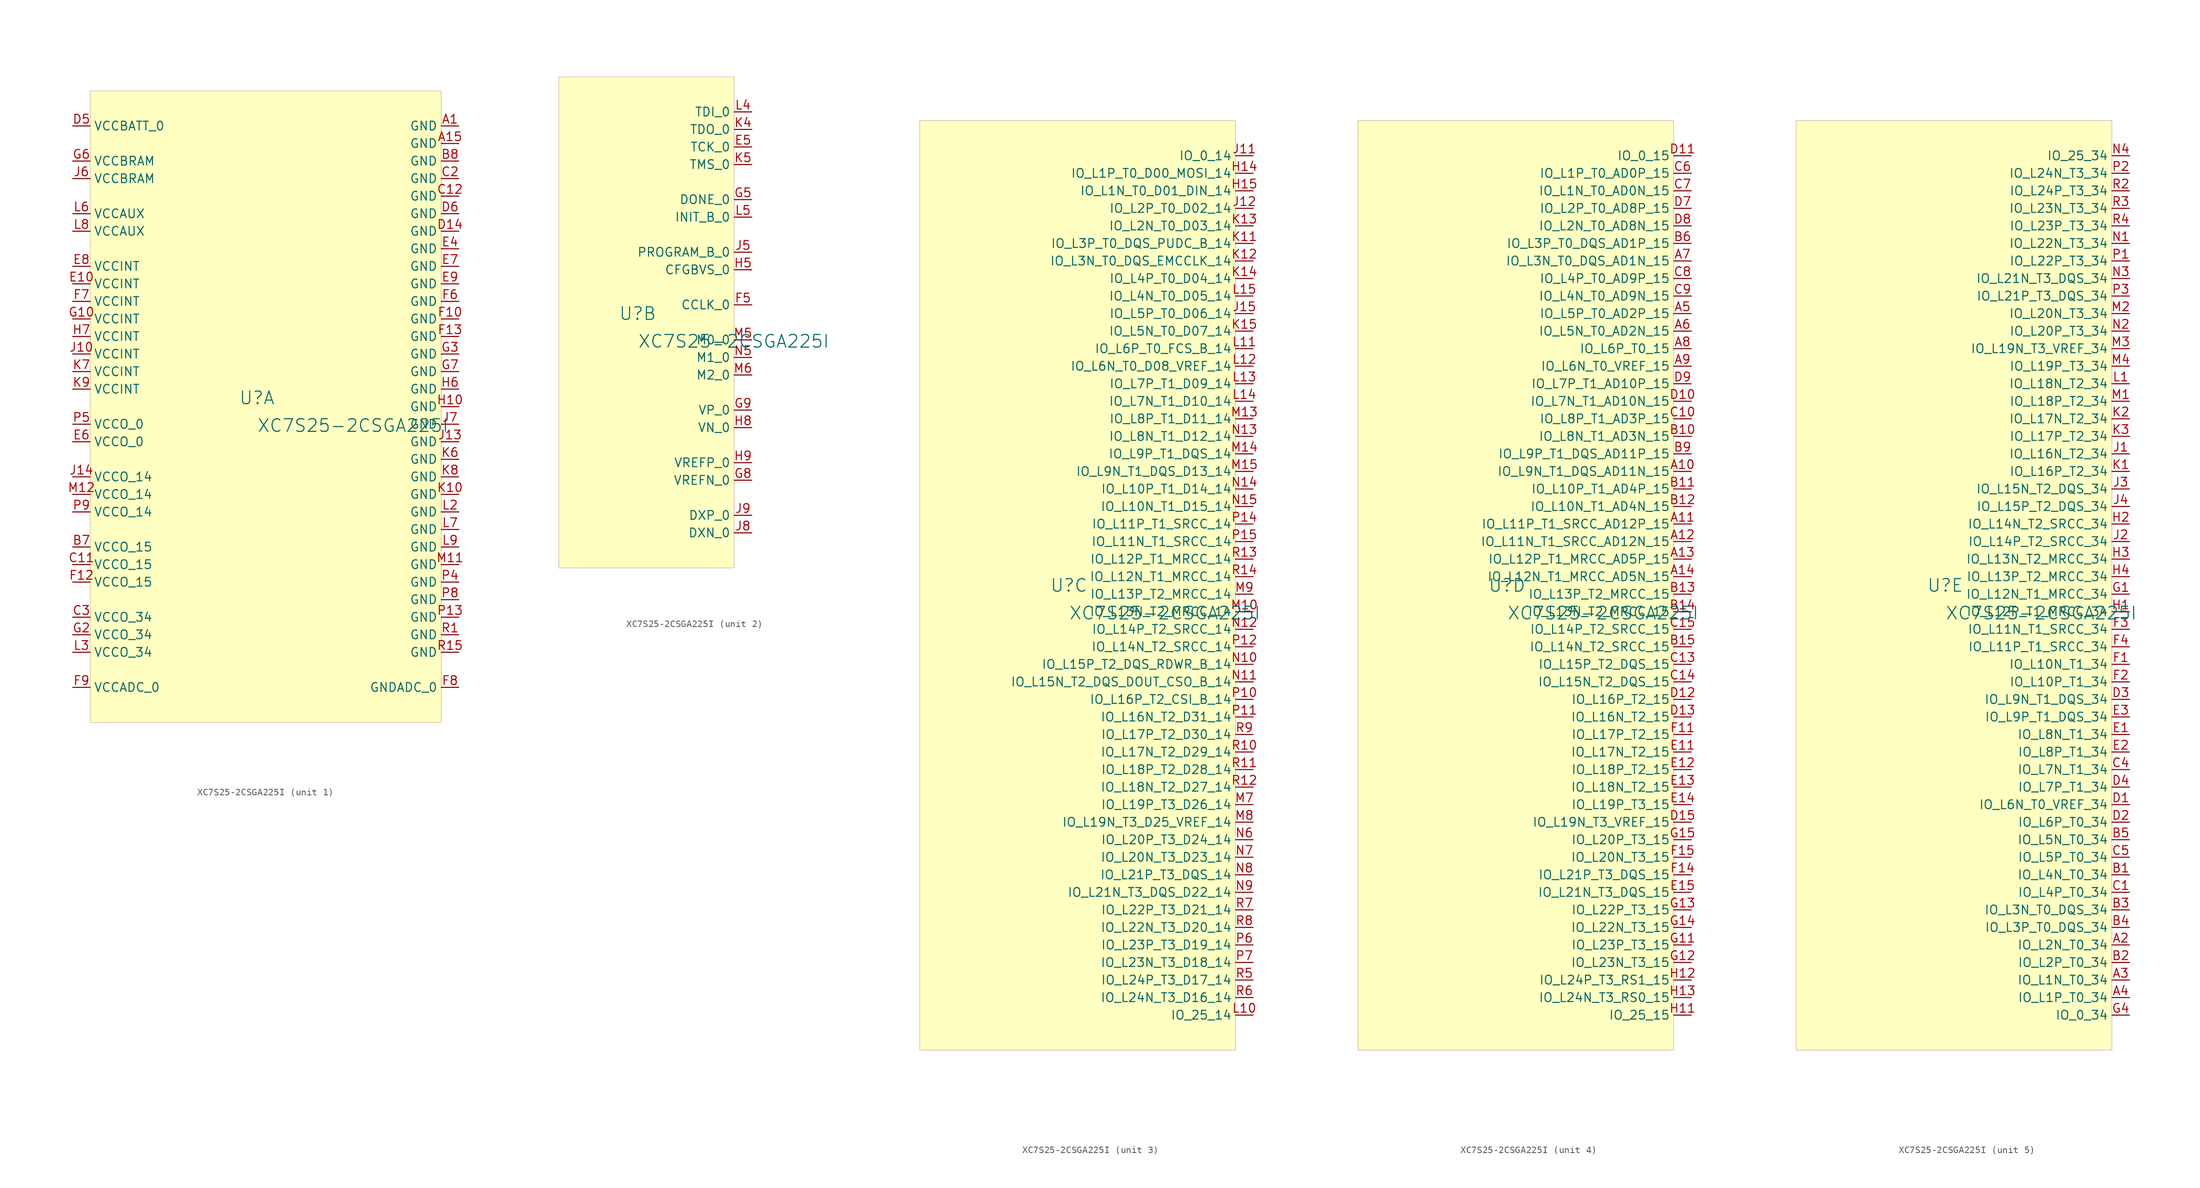
<source format=kicad_sym>
(kicad_symbol_lib
  (version 20231120)
  (generator "kicad_symbol_editor")
  (generator_version "8.0")
  (symbol "XC7S25-2CSGA225I"
    (property "Reference" "U"
      (at -1.27 1.27 0)
      (effects (font (size 1.829 1.829))))
    (property "Value" "XC7S25-2CSGA225I"
      (at -1.27 -3.81 0)
      (effects (font (size 1.829 1.829)) (justify left bottom)))
    (symbol "XC7S25-2CSGA225I_1_0"
      (rectangle (start 25.4 45.72) (end -25.4 -45.72) (stroke (width 0.025) (type solid) (color 128 0 0 1)) (fill (type background)))
      (pin power_in line (at 27.94 40.64 180) (length 2.54) (name "GND" (effects (font (size 1.27 1.27)))) (number "A1" (effects (font (size 1.27 1.27)))))
      (pin power_in line (at 27.94 38.1 180) (length 2.54) (name "GND" (effects (font (size 1.27 1.27)))) (number "A15" (effects (font (size 1.27 1.27)))))
      (pin power_in line (at -27.94 -20.32 0) (length 2.54) (name "VCCO_15" (effects (font (size 1.27 1.27)))) (number "B7" (effects (font (size 1.27 1.27)))))
      (pin power_in line (at 27.94 35.56 180) (length 2.54) (name "GND" (effects (font (size 1.27 1.27)))) (number "B8" (effects (font (size 1.27 1.27)))))
      (pin power_in line (at -27.94 -22.86 0) (length 2.54) (name "VCCO_15" (effects (font (size 1.27 1.27)))) (number "C11" (effects (font (size 1.27 1.27)))))
      (pin power_in line (at 27.94 30.48 180) (length 2.54) (name "GND" (effects (font (size 1.27 1.27)))) (number "C12" (effects (font (size 1.27 1.27)))))
      (pin power_in line (at 27.94 33.02 180) (length 2.54) (name "GND" (effects (font (size 1.27 1.27)))) (number "C2" (effects (font (size 1.27 1.27)))))
      (pin power_in line (at -27.94 -30.48 0) (length 2.54) (name "VCCO_34" (effects (font (size 1.27 1.27)))) (number "C3" (effects (font (size 1.27 1.27)))))
      (pin power_in line (at 27.94 25.4 180) (length 2.54) (name "GND" (effects (font (size 1.27 1.27)))) (number "D14" (effects (font (size 1.27 1.27)))))
      (pin power_in line (at -27.94 40.64 0) (length 2.54) (name "VCCBATT_0" (effects (font (size 1.27 1.27)))) (number "D5" (effects (font (size 1.27 1.27)))))
      (pin power_in line (at 27.94 27.94 180) (length 2.54) (name "GND" (effects (font (size 1.27 1.27)))) (number "D6" (effects (font (size 1.27 1.27)))))
      (pin power_in line (at -27.94 17.78 0) (length 2.54) (name "VCCINT" (effects (font (size 1.27 1.27)))) (number "E10" (effects (font (size 1.27 1.27)))))
      (pin power_in line (at 27.94 22.86 180) (length 2.54) (name "GND" (effects (font (size 1.27 1.27)))) (number "E4" (effects (font (size 1.27 1.27)))))
      (pin power_in line (at -27.94 -5.08 0) (length 2.54) (name "VCCO_0" (effects (font (size 1.27 1.27)))) (number "E6" (effects (font (size 1.27 1.27)))))
      (pin power_in line (at 27.94 20.32 180) (length 2.54) (name "GND" (effects (font (size 1.27 1.27)))) (number "E7" (effects (font (size 1.27 1.27)))))
      (pin power_in line (at -27.94 20.32 0) (length 2.54) (name "VCCINT" (effects (font (size 1.27 1.27)))) (number "E8" (effects (font (size 1.27 1.27)))))
      (pin power_in line (at 27.94 17.78 180) (length 2.54) (name "GND" (effects (font (size 1.27 1.27)))) (number "E9" (effects (font (size 1.27 1.27)))))
      (pin power_in line (at 27.94 12.7 180) (length 2.54) (name "GND" (effects (font (size 1.27 1.27)))) (number "F10" (effects (font (size 1.27 1.27)))))
      (pin power_in line (at -27.94 -25.4 0) (length 2.54) (name "VCCO_15" (effects (font (size 1.27 1.27)))) (number "F12" (effects (font (size 1.27 1.27)))))
      (pin power_in line (at 27.94 10.16 180) (length 2.54) (name "GND" (effects (font (size 1.27 1.27)))) (number "F13" (effects (font (size 1.27 1.27)))))
      (pin power_in line (at 27.94 15.24 180) (length 2.54) (name "GND" (effects (font (size 1.27 1.27)))) (number "F6" (effects (font (size 1.27 1.27)))))
      (pin power_in line (at -27.94 15.24 0) (length 2.54) (name "VCCINT" (effects (font (size 1.27 1.27)))) (number "F7" (effects (font (size 1.27 1.27)))))
      (pin power_in line (at 27.94 -40.64 180) (length 2.54) (name "GNDADC_0" (effects (font (size 1.27 1.27)))) (number "F8" (effects (font (size 1.27 1.27)))))
      (pin power_in line (at -27.94 -40.64 0) (length 2.54) (name "VCCADC_0" (effects (font (size 1.27 1.27)))) (number "F9" (effects (font (size 1.27 1.27)))))
      (pin power_in line (at -27.94 12.7 0) (length 2.54) (name "VCCINT" (effects (font (size 1.27 1.27)))) (number "G10" (effects (font (size 1.27 1.27)))))
      (pin power_in line (at -27.94 -33.02 0) (length 2.54) (name "VCCO_34" (effects (font (size 1.27 1.27)))) (number "G2" (effects (font (size 1.27 1.27)))))
      (pin power_in line (at 27.94 7.62 180) (length 2.54) (name "GND" (effects (font (size 1.27 1.27)))) (number "G3" (effects (font (size 1.27 1.27)))))
      (pin power_in line (at -27.94 35.56 0) (length 2.54) (name "VCCBRAM" (effects (font (size 1.27 1.27)))) (number "G6" (effects (font (size 1.27 1.27)))))
      (pin power_in line (at 27.94 5.08 180) (length 2.54) (name "GND" (effects (font (size 1.27 1.27)))) (number "G7" (effects (font (size 1.27 1.27)))))
      (pin power_in line (at 27.94 0 180) (length 2.54) (name "GND" (effects (font (size 1.27 1.27)))) (number "H10" (effects (font (size 1.27 1.27)))))
      (pin power_in line (at 27.94 2.54 180) (length 2.54) (name "GND" (effects (font (size 1.27 1.27)))) (number "H6" (effects (font (size 1.27 1.27)))))
      (pin power_in line (at -27.94 10.16 0) (length 2.54) (name "VCCINT" (effects (font (size 1.27 1.27)))) (number "H7" (effects (font (size 1.27 1.27)))))
      (pin power_in line (at -27.94 7.62 0) (length 2.54) (name "VCCINT" (effects (font (size 1.27 1.27)))) (number "J10" (effects (font (size 1.27 1.27)))))
      (pin power_in line (at 27.94 -5.08 180) (length 2.54) (name "GND" (effects (font (size 1.27 1.27)))) (number "J13" (effects (font (size 1.27 1.27)))))
      (pin power_in line (at -27.94 -10.16 0) (length 2.54) (name "VCCO_14" (effects (font (size 1.27 1.27)))) (number "J14" (effects (font (size 1.27 1.27)))))
      (pin power_in line (at -27.94 33.02 0) (length 2.54) (name "VCCBRAM" (effects (font (size 1.27 1.27)))) (number "J6" (effects (font (size 1.27 1.27)))))
      (pin power_in line (at 27.94 -2.54 180) (length 2.54) (name "GND" (effects (font (size 1.27 1.27)))) (number "J7" (effects (font (size 1.27 1.27)))))
      (pin power_in line (at 27.94 -12.7 180) (length 2.54) (name "GND" (effects (font (size 1.27 1.27)))) (number "K10" (effects (font (size 1.27 1.27)))))
      (pin power_in line (at 27.94 -7.62 180) (length 2.54) (name "GND" (effects (font (size 1.27 1.27)))) (number "K6" (effects (font (size 1.27 1.27)))))
      (pin power_in line (at -27.94 5.08 0) (length 2.54) (name "VCCINT" (effects (font (size 1.27 1.27)))) (number "K7" (effects (font (size 1.27 1.27)))))
      (pin power_in line (at 27.94 -10.16 180) (length 2.54) (name "GND" (effects (font (size 1.27 1.27)))) (number "K8" (effects (font (size 1.27 1.27)))))
      (pin power_in line (at -27.94 2.54 0) (length 2.54) (name "VCCINT" (effects (font (size 1.27 1.27)))) (number "K9" (effects (font (size 1.27 1.27)))))
      (pin power_in line (at 27.94 -15.24 180) (length 2.54) (name "GND" (effects (font (size 1.27 1.27)))) (number "L2" (effects (font (size 1.27 1.27)))))
      (pin power_in line (at -27.94 -35.56 0) (length 2.54) (name "VCCO_34" (effects (font (size 1.27 1.27)))) (number "L3" (effects (font (size 1.27 1.27)))))
      (pin power_in line (at -27.94 27.94 0) (length 2.54) (name "VCCAUX" (effects (font (size 1.27 1.27)))) (number "L6" (effects (font (size 1.27 1.27)))))
      (pin power_in line (at 27.94 -17.78 180) (length 2.54) (name "GND" (effects (font (size 1.27 1.27)))) (number "L7" (effects (font (size 1.27 1.27)))))
      (pin power_in line (at -27.94 25.4 0) (length 2.54) (name "VCCAUX" (effects (font (size 1.27 1.27)))) (number "L8" (effects (font (size 1.27 1.27)))))
      (pin power_in line (at 27.94 -20.32 180) (length 2.54) (name "GND" (effects (font (size 1.27 1.27)))) (number "L9" (effects (font (size 1.27 1.27)))))
      (pin power_in line (at 27.94 -22.86 180) (length 2.54) (name "GND" (effects (font (size 1.27 1.27)))) (number "M11" (effects (font (size 1.27 1.27)))))
      (pin power_in line (at -27.94 -12.7 0) (length 2.54) (name "VCCO_14" (effects (font (size 1.27 1.27)))) (number "M12" (effects (font (size 1.27 1.27)))))
      (pin power_in line (at 27.94 -30.48 180) (length 2.54) (name "GND" (effects (font (size 1.27 1.27)))) (number "P13" (effects (font (size 1.27 1.27)))))
      (pin power_in line (at 27.94 -25.4 180) (length 2.54) (name "GND" (effects (font (size 1.27 1.27)))) (number "P4" (effects (font (size 1.27 1.27)))))
      (pin power_in line (at -27.94 -2.54 0) (length 2.54) (name "VCCO_0" (effects (font (size 1.27 1.27)))) (number "P5" (effects (font (size 1.27 1.27)))))
      (pin power_in line (at 27.94 -27.94 180) (length 2.54) (name "GND" (effects (font (size 1.27 1.27)))) (number "P8" (effects (font (size 1.27 1.27)))))
      (pin power_in line (at -27.94 -15.24 0) (length 2.54) (name "VCCO_14" (effects (font (size 1.27 1.27)))) (number "P9" (effects (font (size 1.27 1.27)))))
      (pin power_in line (at 27.94 -33.02 180) (length 2.54) (name "GND" (effects (font (size 1.27 1.27)))) (number "R1" (effects (font (size 1.27 1.27)))))
      (pin power_in line (at 27.94 -35.56 180) (length 2.54) (name "GND" (effects (font (size 1.27 1.27)))) (number "R15" (effects (font (size 1.27 1.27))))))
    (symbol "XC7S25-2CSGA225I_2_0"
      (rectangle (start 12.7 35.56) (end -12.7 -35.56) (stroke (width 0.025) (type solid) (color 128 0 0 1)) (fill (type background)))
      (pin bidirectional line (at 15.24 25.4 180) (length 2.54) (name "TCK_0" (effects (font (size 1.27 1.27)))) (number "E5" (effects (font (size 1.27 1.27)))))
      (pin output line (at 15.24 2.54 180) (length 2.54) (name "CCLK_0" (effects (font (size 1.27 1.27)))) (number "F5" (effects (font (size 1.27 1.27)))))
      (pin output line (at 15.24 17.78 180) (length 2.54) (name "DONE_0" (effects (font (size 1.27 1.27)))) (number "G5" (effects (font (size 1.27 1.27)))))
      (pin input line (at 15.24 -22.86 180) (length 2.54) (name "VREFN_0" (effects (font (size 1.27 1.27)))) (number "G8" (effects (font (size 1.27 1.27)))))
      (pin input line (at 15.24 -12.7 180) (length 2.54) (name "VP_0" (effects (font (size 1.27 1.27)))) (number "G9" (effects (font (size 1.27 1.27)))))
      (pin input line (at 15.24 7.62 180) (length 2.54) (name "CFGBVS_0" (effects (font (size 1.27 1.27)))) (number "H5" (effects (font (size 1.27 1.27)))))
      (pin input line (at 15.24 -15.24 180) (length 2.54) (name "VN_0" (effects (font (size 1.27 1.27)))) (number "H8" (effects (font (size 1.27 1.27)))))
      (pin input line (at 15.24 -20.32 180) (length 2.54) (name "VREFP_0" (effects (font (size 1.27 1.27)))) (number "H9" (effects (font (size 1.27 1.27)))))
      (pin input line (at 15.24 10.16 180) (length 2.54) (name "PROGRAM_B_0" (effects (font (size 1.27 1.27)))) (number "J5" (effects (font (size 1.27 1.27)))))
      (pin input line (at 15.24 -30.48 180) (length 2.54) (name "DXN_0" (effects (font (size 1.27 1.27)))) (number "J8" (effects (font (size 1.27 1.27)))))
      (pin input line (at 15.24 -27.94 180) (length 2.54) (name "DXP_0" (effects (font (size 1.27 1.27)))) (number "J9" (effects (font (size 1.27 1.27)))))
      (pin bidirectional line (at 15.24 27.94 180) (length 2.54) (name "TDO_0" (effects (font (size 1.27 1.27)))) (number "K4" (effects (font (size 1.27 1.27)))))
      (pin bidirectional line (at 15.24 22.86 180) (length 2.54) (name "TMS_0" (effects (font (size 1.27 1.27)))) (number "K5" (effects (font (size 1.27 1.27)))))
      (pin bidirectional line (at 15.24 30.48 180) (length 2.54) (name "TDI_0" (effects (font (size 1.27 1.27)))) (number "L4" (effects (font (size 1.27 1.27)))))
      (pin output line (at 15.24 15.24 180) (length 2.54) (name "INIT_B_0" (effects (font (size 1.27 1.27)))) (number "L5" (effects (font (size 1.27 1.27)))))
      (pin input line (at 15.24 -2.54 180) (length 2.54) (name "M0_0" (effects (font (size 1.27 1.27)))) (number "M5" (effects (font (size 1.27 1.27)))))
      (pin input line (at 15.24 -7.62 180) (length 2.54) (name "M2_0" (effects (font (size 1.27 1.27)))) (number "M6" (effects (font (size 1.27 1.27)))))
      (pin input line (at 15.24 -5.08 180) (length 2.54) (name "M1_0" (effects (font (size 1.27 1.27)))) (number "N5" (effects (font (size 1.27 1.27))))))
    (symbol "XC7S25-2CSGA225I_3_0"
      (rectangle (start 22.86 68.58) (end -22.86 -66.04) (stroke (width 0.025) (type solid) (color 128 0 0 1)) (fill (type background)))
      (pin bidirectional line (at 25.4 60.96 180) (length 2.54) (name "IO_L1P_T0_D00_MOSI_14" (effects (font (size 1.27 1.27)))) (number "H14" (effects (font (size 1.27 1.27)))))
      (pin bidirectional line (at 25.4 58.42 180) (length 2.54) (name "IO_L1N_T0_D01_DIN_14" (effects (font (size 1.27 1.27)))) (number "H15" (effects (font (size 1.27 1.27)))))
      (pin bidirectional line (at 25.4 63.5 180) (length 2.54) (name "IO_0_14" (effects (font (size 1.27 1.27)))) (number "J11" (effects (font (size 1.27 1.27)))))
      (pin bidirectional line (at 25.4 55.88 180) (length 2.54) (name "IO_L2P_T0_D02_14" (effects (font (size 1.27 1.27)))) (number "J12" (effects (font (size 1.27 1.27)))))
      (pin bidirectional line (at 25.4 40.64 180) (length 2.54) (name "IO_L5P_T0_D06_14" (effects (font (size 1.27 1.27)))) (number "J15" (effects (font (size 1.27 1.27)))))
      (pin bidirectional line (at 25.4 50.8 180) (length 2.54) (name "IO_L3P_T0_DQS_PUDC_B_14" (effects (font (size 1.27 1.27)))) (number "K11" (effects (font (size 1.27 1.27)))))
      (pin bidirectional line (at 25.4 48.26 180) (length 2.54) (name "IO_L3N_T0_DQS_EMCCLK_14" (effects (font (size 1.27 1.27)))) (number "K12" (effects (font (size 1.27 1.27)))))
      (pin bidirectional line (at 25.4 53.34 180) (length 2.54) (name "IO_L2N_T0_D03_14" (effects (font (size 1.27 1.27)))) (number "K13" (effects (font (size 1.27 1.27)))))
      (pin bidirectional line (at 25.4 45.72 180) (length 2.54) (name "IO_L4P_T0_D04_14" (effects (font (size 1.27 1.27)))) (number "K14" (effects (font (size 1.27 1.27)))))
      (pin bidirectional line (at 25.4 38.1 180) (length 2.54) (name "IO_L5N_T0_D07_14" (effects (font (size 1.27 1.27)))) (number "K15" (effects (font (size 1.27 1.27)))))
      (pin bidirectional line (at 25.4 -60.96 180) (length 2.54) (name "IO_25_14" (effects (font (size 1.27 1.27)))) (number "L10" (effects (font (size 1.27 1.27)))))
      (pin bidirectional line (at 25.4 35.56 180) (length 2.54) (name "IO_L6P_T0_FCS_B_14" (effects (font (size 1.27 1.27)))) (number "L11" (effects (font (size 1.27 1.27)))))
      (pin bidirectional line (at 25.4 33.02 180) (length 2.54) (name "IO_L6N_T0_D08_VREF_14" (effects (font (size 1.27 1.27)))) (number "L12" (effects (font (size 1.27 1.27)))))
      (pin bidirectional line (at 25.4 30.48 180) (length 2.54) (name "IO_L7P_T1_D09_14" (effects (font (size 1.27 1.27)))) (number "L13" (effects (font (size 1.27 1.27)))))
      (pin bidirectional line (at 25.4 27.94 180) (length 2.54) (name "IO_L7N_T1_D10_14" (effects (font (size 1.27 1.27)))) (number "L14" (effects (font (size 1.27 1.27)))))
      (pin bidirectional line (at 25.4 43.18 180) (length 2.54) (name "IO_L4N_T0_D05_14" (effects (font (size 1.27 1.27)))) (number "L15" (effects (font (size 1.27 1.27)))))
      (pin bidirectional line (at 25.4 -2.54 180) (length 2.54) (name "IO_L13N_T2_MRCC_14" (effects (font (size 1.27 1.27)))) (number "M10" (effects (font (size 1.27 1.27)))))
      (pin bidirectional line (at 25.4 25.4 180) (length 2.54) (name "IO_L8P_T1_D11_14" (effects (font (size 1.27 1.27)))) (number "M13" (effects (font (size 1.27 1.27)))))
      (pin bidirectional line (at 25.4 20.32 180) (length 2.54) (name "IO_L9P_T1_DQS_14" (effects (font (size 1.27 1.27)))) (number "M14" (effects (font (size 1.27 1.27)))))
      (pin bidirectional line (at 25.4 17.78 180) (length 2.54) (name "IO_L9N_T1_DQS_D13_14" (effects (font (size 1.27 1.27)))) (number "M15" (effects (font (size 1.27 1.27)))))
      (pin bidirectional line (at 25.4 -30.48 180) (length 2.54) (name "IO_L19P_T3_D26_14" (effects (font (size 1.27 1.27)))) (number "M7" (effects (font (size 1.27 1.27)))))
      (pin bidirectional line (at 25.4 -33.02 180) (length 2.54) (name "IO_L19N_T3_D25_VREF_14" (effects (font (size 1.27 1.27)))) (number "M8" (effects (font (size 1.27 1.27)))))
      (pin bidirectional line (at 25.4 0 180) (length 2.54) (name "IO_L13P_T2_MRCC_14" (effects (font (size 1.27 1.27)))) (number "M9" (effects (font (size 1.27 1.27)))))
      (pin bidirectional line (at 25.4 -10.16 180) (length 2.54) (name "IO_L15P_T2_DQS_RDWR_B_14" (effects (font (size 1.27 1.27)))) (number "N10" (effects (font (size 1.27 1.27)))))
      (pin bidirectional line (at 25.4 -12.7 180) (length 2.54) (name "IO_L15N_T2_DQS_DOUT_CSO_B_14" (effects (font (size 1.27 1.27)))) (number "N11" (effects (font (size 1.27 1.27)))))
      (pin bidirectional line (at 25.4 -5.08 180) (length 2.54) (name "IO_L14P_T2_SRCC_14" (effects (font (size 1.27 1.27)))) (number "N12" (effects (font (size 1.27 1.27)))))
      (pin bidirectional line (at 25.4 22.86 180) (length 2.54) (name "IO_L8N_T1_D12_14" (effects (font (size 1.27 1.27)))) (number "N13" (effects (font (size 1.27 1.27)))))
      (pin bidirectional line (at 25.4 15.24 180) (length 2.54) (name "IO_L10P_T1_D14_14" (effects (font (size 1.27 1.27)))) (number "N14" (effects (font (size 1.27 1.27)))))
      (pin bidirectional line (at 25.4 12.7 180) (length 2.54) (name "IO_L10N_T1_D15_14" (effects (font (size 1.27 1.27)))) (number "N15" (effects (font (size 1.27 1.27)))))
      (pin bidirectional line (at 25.4 -35.56 180) (length 2.54) (name "IO_L20P_T3_D24_14" (effects (font (size 1.27 1.27)))) (number "N6" (effects (font (size 1.27 1.27)))))
      (pin bidirectional line (at 25.4 -38.1 180) (length 2.54) (name "IO_L20N_T3_D23_14" (effects (font (size 1.27 1.27)))) (number "N7" (effects (font (size 1.27 1.27)))))
      (pin bidirectional line (at 25.4 -40.64 180) (length 2.54) (name "IO_L21P_T3_DQS_14" (effects (font (size 1.27 1.27)))) (number "N8" (effects (font (size 1.27 1.27)))))
      (pin bidirectional line (at 25.4 -43.18 180) (length 2.54) (name "IO_L21N_T3_DQS_D22_14" (effects (font (size 1.27 1.27)))) (number "N9" (effects (font (size 1.27 1.27)))))
      (pin bidirectional line (at 25.4 -15.24 180) (length 2.54) (name "IO_L16P_T2_CSI_B_14" (effects (font (size 1.27 1.27)))) (number "P10" (effects (font (size 1.27 1.27)))))
      (pin bidirectional line (at 25.4 -17.78 180) (length 2.54) (name "IO_L16N_T2_D31_14" (effects (font (size 1.27 1.27)))) (number "P11" (effects (font (size 1.27 1.27)))))
      (pin bidirectional line (at 25.4 -7.62 180) (length 2.54) (name "IO_L14N_T2_SRCC_14" (effects (font (size 1.27 1.27)))) (number "P12" (effects (font (size 1.27 1.27)))))
      (pin bidirectional line (at 25.4 10.16 180) (length 2.54) (name "IO_L11P_T1_SRCC_14" (effects (font (size 1.27 1.27)))) (number "P14" (effects (font (size 1.27 1.27)))))
      (pin bidirectional line (at 25.4 7.62 180) (length 2.54) (name "IO_L11N_T1_SRCC_14" (effects (font (size 1.27 1.27)))) (number "P15" (effects (font (size 1.27 1.27)))))
      (pin bidirectional line (at 25.4 -50.8 180) (length 2.54) (name "IO_L23P_T3_D19_14" (effects (font (size 1.27 1.27)))) (number "P6" (effects (font (size 1.27 1.27)))))
      (pin bidirectional line (at 25.4 -53.34 180) (length 2.54) (name "IO_L23N_T3_D18_14" (effects (font (size 1.27 1.27)))) (number "P7" (effects (font (size 1.27 1.27)))))
      (pin bidirectional line (at 25.4 -22.86 180) (length 2.54) (name "IO_L17N_T2_D29_14" (effects (font (size 1.27 1.27)))) (number "R10" (effects (font (size 1.27 1.27)))))
      (pin bidirectional line (at 25.4 -25.4 180) (length 2.54) (name "IO_L18P_T2_D28_14" (effects (font (size 1.27 1.27)))) (number "R11" (effects (font (size 1.27 1.27)))))
      (pin bidirectional line (at 25.4 -27.94 180) (length 2.54) (name "IO_L18N_T2_D27_14" (effects (font (size 1.27 1.27)))) (number "R12" (effects (font (size 1.27 1.27)))))
      (pin bidirectional line (at 25.4 5.08 180) (length 2.54) (name "IO_L12P_T1_MRCC_14" (effects (font (size 1.27 1.27)))) (number "R13" (effects (font (size 1.27 1.27)))))
      (pin bidirectional line (at 25.4 2.54 180) (length 2.54) (name "IO_L12N_T1_MRCC_14" (effects (font (size 1.27 1.27)))) (number "R14" (effects (font (size 1.27 1.27)))))
      (pin bidirectional line (at 25.4 -55.88 180) (length 2.54) (name "IO_L24P_T3_D17_14" (effects (font (size 1.27 1.27)))) (number "R5" (effects (font (size 1.27 1.27)))))
      (pin bidirectional line (at 25.4 -58.42 180) (length 2.54) (name "IO_L24N_T3_D16_14" (effects (font (size 1.27 1.27)))) (number "R6" (effects (font (size 1.27 1.27)))))
      (pin bidirectional line (at 25.4 -45.72 180) (length 2.54) (name "IO_L22P_T3_D21_14" (effects (font (size 1.27 1.27)))) (number "R7" (effects (font (size 1.27 1.27)))))
      (pin bidirectional line (at 25.4 -48.26 180) (length 2.54) (name "IO_L22N_T3_D20_14" (effects (font (size 1.27 1.27)))) (number "R8" (effects (font (size 1.27 1.27)))))
      (pin bidirectional line (at 25.4 -20.32 180) (length 2.54) (name "IO_L17P_T2_D30_14" (effects (font (size 1.27 1.27)))) (number "R9" (effects (font (size 1.27 1.27))))))
    (symbol "XC7S25-2CSGA225I_4_0"
      (rectangle (start 22.86 68.58) (end -22.86 -66.04) (stroke (width 0.025) (type solid) (color 128 0 0 1)) (fill (type background)))
      (pin bidirectional line (at 25.4 17.78 180) (length 2.54) (name "IO_L9N_T1_DQS_AD11N_15" (effects (font (size 1.27 1.27)))) (number "A10" (effects (font (size 1.27 1.27)))))
      (pin bidirectional line (at 25.4 10.16 180) (length 2.54) (name "IO_L11P_T1_SRCC_AD12P_15" (effects (font (size 1.27 1.27)))) (number "A11" (effects (font (size 1.27 1.27)))))
      (pin bidirectional line (at 25.4 7.62 180) (length 2.54) (name "IO_L11N_T1_SRCC_AD12N_15" (effects (font (size 1.27 1.27)))) (number "A12" (effects (font (size 1.27 1.27)))))
      (pin bidirectional line (at 25.4 5.08 180) (length 2.54) (name "IO_L12P_T1_MRCC_AD5P_15" (effects (font (size 1.27 1.27)))) (number "A13" (effects (font (size 1.27 1.27)))))
      (pin bidirectional line (at 25.4 2.54 180) (length 2.54) (name "IO_L12N_T1_MRCC_AD5N_15" (effects (font (size 1.27 1.27)))) (number "A14" (effects (font (size 1.27 1.27)))))
      (pin bidirectional line (at 25.4 40.64 180) (length 2.54) (name "IO_L5P_T0_AD2P_15" (effects (font (size 1.27 1.27)))) (number "A5" (effects (font (size 1.27 1.27)))))
      (pin bidirectional line (at 25.4 38.1 180) (length 2.54) (name "IO_L5N_T0_AD2N_15" (effects (font (size 1.27 1.27)))) (number "A6" (effects (font (size 1.27 1.27)))))
      (pin bidirectional line (at 25.4 48.26 180) (length 2.54) (name "IO_L3N_T0_DQS_AD1N_15" (effects (font (size 1.27 1.27)))) (number "A7" (effects (font (size 1.27 1.27)))))
      (pin bidirectional line (at 25.4 35.56 180) (length 2.54) (name "IO_L6P_T0_15" (effects (font (size 1.27 1.27)))) (number "A8" (effects (font (size 1.27 1.27)))))
      (pin bidirectional line (at 25.4 33.02 180) (length 2.54) (name "IO_L6N_T0_VREF_15" (effects (font (size 1.27 1.27)))) (number "A9" (effects (font (size 1.27 1.27)))))
      (pin bidirectional line (at 25.4 22.86 180) (length 2.54) (name "IO_L8N_T1_AD3N_15" (effects (font (size 1.27 1.27)))) (number "B10" (effects (font (size 1.27 1.27)))))
      (pin bidirectional line (at 25.4 15.24 180) (length 2.54) (name "IO_L10P_T1_AD4P_15" (effects (font (size 1.27 1.27)))) (number "B11" (effects (font (size 1.27 1.27)))))
      (pin bidirectional line (at 25.4 12.7 180) (length 2.54) (name "IO_L10N_T1_AD4N_15" (effects (font (size 1.27 1.27)))) (number "B12" (effects (font (size 1.27 1.27)))))
      (pin bidirectional line (at 25.4 0 180) (length 2.54) (name "IO_L13P_T2_MRCC_15" (effects (font (size 1.27 1.27)))) (number "B13" (effects (font (size 1.27 1.27)))))
      (pin bidirectional line (at 25.4 -2.54 180) (length 2.54) (name "IO_L13N_T2_MRCC_15" (effects (font (size 1.27 1.27)))) (number "B14" (effects (font (size 1.27 1.27)))))
      (pin bidirectional line (at 25.4 -7.62 180) (length 2.54) (name "IO_L14N_T2_SRCC_15" (effects (font (size 1.27 1.27)))) (number "B15" (effects (font (size 1.27 1.27)))))
      (pin bidirectional line (at 25.4 50.8 180) (length 2.54) (name "IO_L3P_T0_DQS_AD1P_15" (effects (font (size 1.27 1.27)))) (number "B6" (effects (font (size 1.27 1.27)))))
      (pin bidirectional line (at 25.4 20.32 180) (length 2.54) (name "IO_L9P_T1_DQS_AD11P_15" (effects (font (size 1.27 1.27)))) (number "B9" (effects (font (size 1.27 1.27)))))
      (pin bidirectional line (at 25.4 25.4 180) (length 2.54) (name "IO_L8P_T1_AD3P_15" (effects (font (size 1.27 1.27)))) (number "C10" (effects (font (size 1.27 1.27)))))
      (pin bidirectional line (at 25.4 -10.16 180) (length 2.54) (name "IO_L15P_T2_DQS_15" (effects (font (size 1.27 1.27)))) (number "C13" (effects (font (size 1.27 1.27)))))
      (pin bidirectional line (at 25.4 -12.7 180) (length 2.54) (name "IO_L15N_T2_DQS_15" (effects (font (size 1.27 1.27)))) (number "C14" (effects (font (size 1.27 1.27)))))
      (pin bidirectional line (at 25.4 -5.08 180) (length 2.54) (name "IO_L14P_T2_SRCC_15" (effects (font (size 1.27 1.27)))) (number "C15" (effects (font (size 1.27 1.27)))))
      (pin bidirectional line (at 25.4 60.96 180) (length 2.54) (name "IO_L1P_T0_AD0P_15" (effects (font (size 1.27 1.27)))) (number "C6" (effects (font (size 1.27 1.27)))))
      (pin bidirectional line (at 25.4 58.42 180) (length 2.54) (name "IO_L1N_T0_AD0N_15" (effects (font (size 1.27 1.27)))) (number "C7" (effects (font (size 1.27 1.27)))))
      (pin bidirectional line (at 25.4 45.72 180) (length 2.54) (name "IO_L4P_T0_AD9P_15" (effects (font (size 1.27 1.27)))) (number "C8" (effects (font (size 1.27 1.27)))))
      (pin bidirectional line (at 25.4 43.18 180) (length 2.54) (name "IO_L4N_T0_AD9N_15" (effects (font (size 1.27 1.27)))) (number "C9" (effects (font (size 1.27 1.27)))))
      (pin bidirectional line (at 25.4 27.94 180) (length 2.54) (name "IO_L7N_T1_AD10N_15" (effects (font (size 1.27 1.27)))) (number "D10" (effects (font (size 1.27 1.27)))))
      (pin bidirectional line (at 25.4 63.5 180) (length 2.54) (name "IO_0_15" (effects (font (size 1.27 1.27)))) (number "D11" (effects (font (size 1.27 1.27)))))
      (pin bidirectional line (at 25.4 -15.24 180) (length 2.54) (name "IO_L16P_T2_15" (effects (font (size 1.27 1.27)))) (number "D12" (effects (font (size 1.27 1.27)))))
      (pin bidirectional line (at 25.4 -17.78 180) (length 2.54) (name "IO_L16N_T2_15" (effects (font (size 1.27 1.27)))) (number "D13" (effects (font (size 1.27 1.27)))))
      (pin bidirectional line (at 25.4 -33.02 180) (length 2.54) (name "IO_L19N_T3_VREF_15" (effects (font (size 1.27 1.27)))) (number "D15" (effects (font (size 1.27 1.27)))))
      (pin bidirectional line (at 25.4 55.88 180) (length 2.54) (name "IO_L2P_T0_AD8P_15" (effects (font (size 1.27 1.27)))) (number "D7" (effects (font (size 1.27 1.27)))))
      (pin bidirectional line (at 25.4 53.34 180) (length 2.54) (name "IO_L2N_T0_AD8N_15" (effects (font (size 1.27 1.27)))) (number "D8" (effects (font (size 1.27 1.27)))))
      (pin bidirectional line (at 25.4 30.48 180) (length 2.54) (name "IO_L7P_T1_AD10P_15" (effects (font (size 1.27 1.27)))) (number "D9" (effects (font (size 1.27 1.27)))))
      (pin bidirectional line (at 25.4 -22.86 180) (length 2.54) (name "IO_L17N_T2_15" (effects (font (size 1.27 1.27)))) (number "E11" (effects (font (size 1.27 1.27)))))
      (pin bidirectional line (at 25.4 -25.4 180) (length 2.54) (name "IO_L18P_T2_15" (effects (font (size 1.27 1.27)))) (number "E12" (effects (font (size 1.27 1.27)))))
      (pin bidirectional line (at 25.4 -27.94 180) (length 2.54) (name "IO_L18N_T2_15" (effects (font (size 1.27 1.27)))) (number "E13" (effects (font (size 1.27 1.27)))))
      (pin bidirectional line (at 25.4 -30.48 180) (length 2.54) (name "IO_L19P_T3_15" (effects (font (size 1.27 1.27)))) (number "E14" (effects (font (size 1.27 1.27)))))
      (pin bidirectional line (at 25.4 -43.18 180) (length 2.54) (name "IO_L21N_T3_DQS_15" (effects (font (size 1.27 1.27)))) (number "E15" (effects (font (size 1.27 1.27)))))
      (pin bidirectional line (at 25.4 -20.32 180) (length 2.54) (name "IO_L17P_T2_15" (effects (font (size 1.27 1.27)))) (number "F11" (effects (font (size 1.27 1.27)))))
      (pin bidirectional line (at 25.4 -40.64 180) (length 2.54) (name "IO_L21P_T3_DQS_15" (effects (font (size 1.27 1.27)))) (number "F14" (effects (font (size 1.27 1.27)))))
      (pin bidirectional line (at 25.4 -38.1 180) (length 2.54) (name "IO_L20N_T3_15" (effects (font (size 1.27 1.27)))) (number "F15" (effects (font (size 1.27 1.27)))))
      (pin bidirectional line (at 25.4 -50.8 180) (length 2.54) (name "IO_L23P_T3_15" (effects (font (size 1.27 1.27)))) (number "G11" (effects (font (size 1.27 1.27)))))
      (pin bidirectional line (at 25.4 -53.34 180) (length 2.54) (name "IO_L23N_T3_15" (effects (font (size 1.27 1.27)))) (number "G12" (effects (font (size 1.27 1.27)))))
      (pin bidirectional line (at 25.4 -45.72 180) (length 2.54) (name "IO_L22P_T3_15" (effects (font (size 1.27 1.27)))) (number "G13" (effects (font (size 1.27 1.27)))))
      (pin bidirectional line (at 25.4 -48.26 180) (length 2.54) (name "IO_L22N_T3_15" (effects (font (size 1.27 1.27)))) (number "G14" (effects (font (size 1.27 1.27)))))
      (pin bidirectional line (at 25.4 -35.56 180) (length 2.54) (name "IO_L20P_T3_15" (effects (font (size 1.27 1.27)))) (number "G15" (effects (font (size 1.27 1.27)))))
      (pin bidirectional line (at 25.4 -60.96 180) (length 2.54) (name "IO_25_15" (effects (font (size 1.27 1.27)))) (number "H11" (effects (font (size 1.27 1.27)))))
      (pin bidirectional line (at 25.4 -55.88 180) (length 2.54) (name "IO_L24P_T3_RS1_15" (effects (font (size 1.27 1.27)))) (number "H12" (effects (font (size 1.27 1.27)))))
      (pin bidirectional line (at 25.4 -58.42 180) (length 2.54) (name "IO_L24N_T3_RS0_15" (effects (font (size 1.27 1.27)))) (number "H13" (effects (font (size 1.27 1.27))))))
    (symbol "XC7S25-2CSGA225I_5_0"
      (rectangle (start 22.86 68.58) (end -22.86 -66.04) (stroke (width 0.025) (type solid) (color 128 0 0 1)) (fill (type background)))
      (pin bidirectional line (at 25.4 -50.8 180) (length 2.54) (name "IO_L2N_T0_34" (effects (font (size 1.27 1.27)))) (number "A2" (effects (font (size 1.27 1.27)))))
      (pin bidirectional line (at 25.4 -55.88 180) (length 2.54) (name "IO_L1N_T0_34" (effects (font (size 1.27 1.27)))) (number "A3" (effects (font (size 1.27 1.27)))))
      (pin bidirectional line (at 25.4 -58.42 180) (length 2.54) (name "IO_L1P_T0_34" (effects (font (size 1.27 1.27)))) (number "A4" (effects (font (size 1.27 1.27)))))
      (pin bidirectional line (at 25.4 -40.64 180) (length 2.54) (name "IO_L4N_T0_34" (effects (font (size 1.27 1.27)))) (number "B1" (effects (font (size 1.27 1.27)))))
      (pin bidirectional line (at 25.4 -53.34 180) (length 2.54) (name "IO_L2P_T0_34" (effects (font (size 1.27 1.27)))) (number "B2" (effects (font (size 1.27 1.27)))))
      (pin bidirectional line (at 25.4 -45.72 180) (length 2.54) (name "IO_L3N_T0_DQS_34" (effects (font (size 1.27 1.27)))) (number "B3" (effects (font (size 1.27 1.27)))))
      (pin bidirectional line (at 25.4 -48.26 180) (length 2.54) (name "IO_L3P_T0_DQS_34" (effects (font (size 1.27 1.27)))) (number "B4" (effects (font (size 1.27 1.27)))))
      (pin bidirectional line (at 25.4 -35.56 180) (length 2.54) (name "IO_L5N_T0_34" (effects (font (size 1.27 1.27)))) (number "B5" (effects (font (size 1.27 1.27)))))
      (pin bidirectional line (at 25.4 -43.18 180) (length 2.54) (name "IO_L4P_T0_34" (effects (font (size 1.27 1.27)))) (number "C1" (effects (font (size 1.27 1.27)))))
      (pin bidirectional line (at 25.4 -25.4 180) (length 2.54) (name "IO_L7N_T1_34" (effects (font (size 1.27 1.27)))) (number "C4" (effects (font (size 1.27 1.27)))))
      (pin bidirectional line (at 25.4 -38.1 180) (length 2.54) (name "IO_L5P_T0_34" (effects (font (size 1.27 1.27)))) (number "C5" (effects (font (size 1.27 1.27)))))
      (pin bidirectional line (at 25.4 -30.48 180) (length 2.54) (name "IO_L6N_T0_VREF_34" (effects (font (size 1.27 1.27)))) (number "D1" (effects (font (size 1.27 1.27)))))
      (pin bidirectional line (at 25.4 -33.02 180) (length 2.54) (name "IO_L6P_T0_34" (effects (font (size 1.27 1.27)))) (number "D2" (effects (font (size 1.27 1.27)))))
      (pin bidirectional line (at 25.4 -15.24 180) (length 2.54) (name "IO_L9N_T1_DQS_34" (effects (font (size 1.27 1.27)))) (number "D3" (effects (font (size 1.27 1.27)))))
      (pin bidirectional line (at 25.4 -27.94 180) (length 2.54) (name "IO_L7P_T1_34" (effects (font (size 1.27 1.27)))) (number "D4" (effects (font (size 1.27 1.27)))))
      (pin bidirectional line (at 25.4 -20.32 180) (length 2.54) (name "IO_L8N_T1_34" (effects (font (size 1.27 1.27)))) (number "E1" (effects (font (size 1.27 1.27)))))
      (pin bidirectional line (at 25.4 -22.86 180) (length 2.54) (name "IO_L8P_T1_34" (effects (font (size 1.27 1.27)))) (number "E2" (effects (font (size 1.27 1.27)))))
      (pin bidirectional line (at 25.4 -17.78 180) (length 2.54) (name "IO_L9P_T1_DQS_34" (effects (font (size 1.27 1.27)))) (number "E3" (effects (font (size 1.27 1.27)))))
      (pin bidirectional line (at 25.4 -10.16 180) (length 2.54) (name "IO_L10N_T1_34" (effects (font (size 1.27 1.27)))) (number "F1" (effects (font (size 1.27 1.27)))))
      (pin bidirectional line (at 25.4 -12.7 180) (length 2.54) (name "IO_L10P_T1_34" (effects (font (size 1.27 1.27)))) (number "F2" (effects (font (size 1.27 1.27)))))
      (pin bidirectional line (at 25.4 -5.08 180) (length 2.54) (name "IO_L11N_T1_SRCC_34" (effects (font (size 1.27 1.27)))) (number "F3" (effects (font (size 1.27 1.27)))))
      (pin bidirectional line (at 25.4 -7.62 180) (length 2.54) (name "IO_L11P_T1_SRCC_34" (effects (font (size 1.27 1.27)))) (number "F4" (effects (font (size 1.27 1.27)))))
      (pin bidirectional line (at 25.4 0 180) (length 2.54) (name "IO_L12N_T1_MRCC_34" (effects (font (size 1.27 1.27)))) (number "G1" (effects (font (size 1.27 1.27)))))
      (pin bidirectional line (at 25.4 -60.96 180) (length 2.54) (name "IO_0_34" (effects (font (size 1.27 1.27)))) (number "G4" (effects (font (size 1.27 1.27)))))
      (pin bidirectional line (at 25.4 -2.54 180) (length 2.54) (name "IO_L12P_T1_MRCC_34" (effects (font (size 1.27 1.27)))) (number "H1" (effects (font (size 1.27 1.27)))))
      (pin bidirectional line (at 25.4 10.16 180) (length 2.54) (name "IO_L14N_T2_SRCC_34" (effects (font (size 1.27 1.27)))) (number "H2" (effects (font (size 1.27 1.27)))))
      (pin bidirectional line (at 25.4 5.08 180) (length 2.54) (name "IO_L13N_T2_MRCC_34" (effects (font (size 1.27 1.27)))) (number "H3" (effects (font (size 1.27 1.27)))))
      (pin bidirectional line (at 25.4 2.54 180) (length 2.54) (name "IO_L13P_T2_MRCC_34" (effects (font (size 1.27 1.27)))) (number "H4" (effects (font (size 1.27 1.27)))))
      (pin bidirectional line (at 25.4 20.32 180) (length 2.54) (name "IO_L16N_T2_34" (effects (font (size 1.27 1.27)))) (number "J1" (effects (font (size 1.27 1.27)))))
      (pin bidirectional line (at 25.4 7.62 180) (length 2.54) (name "IO_L14P_T2_SRCC_34" (effects (font (size 1.27 1.27)))) (number "J2" (effects (font (size 1.27 1.27)))))
      (pin bidirectional line (at 25.4 15.24 180) (length 2.54) (name "IO_L15N_T2_DQS_34" (effects (font (size 1.27 1.27)))) (number "J3" (effects (font (size 1.27 1.27)))))
      (pin bidirectional line (at 25.4 12.7 180) (length 2.54) (name "IO_L15P_T2_DQS_34" (effects (font (size 1.27 1.27)))) (number "J4" (effects (font (size 1.27 1.27)))))
      (pin bidirectional line (at 25.4 17.78 180) (length 2.54) (name "IO_L16P_T2_34" (effects (font (size 1.27 1.27)))) (number "K1" (effects (font (size 1.27 1.27)))))
      (pin bidirectional line (at 25.4 25.4 180) (length 2.54) (name "IO_L17N_T2_34" (effects (font (size 1.27 1.27)))) (number "K2" (effects (font (size 1.27 1.27)))))
      (pin bidirectional line (at 25.4 22.86 180) (length 2.54) (name "IO_L17P_T2_34" (effects (font (size 1.27 1.27)))) (number "K3" (effects (font (size 1.27 1.27)))))
      (pin bidirectional line (at 25.4 30.48 180) (length 2.54) (name "IO_L18N_T2_34" (effects (font (size 1.27 1.27)))) (number "L1" (effects (font (size 1.27 1.27)))))
      (pin bidirectional line (at 25.4 27.94 180) (length 2.54) (name "IO_L18P_T2_34" (effects (font (size 1.27 1.27)))) (number "M1" (effects (font (size 1.27 1.27)))))
      (pin bidirectional line (at 25.4 40.64 180) (length 2.54) (name "IO_L20N_T3_34" (effects (font (size 1.27 1.27)))) (number "M2" (effects (font (size 1.27 1.27)))))
      (pin bidirectional line (at 25.4 35.56 180) (length 2.54) (name "IO_L19N_T3_VREF_34" (effects (font (size 1.27 1.27)))) (number "M3" (effects (font (size 1.27 1.27)))))
      (pin bidirectional line (at 25.4 33.02 180) (length 2.54) (name "IO_L19P_T3_34" (effects (font (size 1.27 1.27)))) (number "M4" (effects (font (size 1.27 1.27)))))
      (pin bidirectional line (at 25.4 50.8 180) (length 2.54) (name "IO_L22N_T3_34" (effects (font (size 1.27 1.27)))) (number "N1" (effects (font (size 1.27 1.27)))))
      (pin bidirectional line (at 25.4 38.1 180) (length 2.54) (name "IO_L20P_T3_34" (effects (font (size 1.27 1.27)))) (number "N2" (effects (font (size 1.27 1.27)))))
      (pin bidirectional line (at 25.4 45.72 180) (length 2.54) (name "IO_L21N_T3_DQS_34" (effects (font (size 1.27 1.27)))) (number "N3" (effects (font (size 1.27 1.27)))))
      (pin bidirectional line (at 25.4 63.5 180) (length 2.54) (name "IO_25_34" (effects (font (size 1.27 1.27)))) (number "N4" (effects (font (size 1.27 1.27)))))
      (pin bidirectional line (at 25.4 48.26 180) (length 2.54) (name "IO_L22P_T3_34" (effects (font (size 1.27 1.27)))) (number "P1" (effects (font (size 1.27 1.27)))))
      (pin bidirectional line (at 25.4 60.96 180) (length 2.54) (name "IO_L24N_T3_34" (effects (font (size 1.27 1.27)))) (number "P2" (effects (font (size 1.27 1.27)))))
      (pin bidirectional line (at 25.4 43.18 180) (length 2.54) (name "IO_L21P_T3_DQS_34" (effects (font (size 1.27 1.27)))) (number "P3" (effects (font (size 1.27 1.27)))))
      (pin bidirectional line (at 25.4 58.42 180) (length 2.54) (name "IO_L24P_T3_34" (effects (font (size 1.27 1.27)))) (number "R2" (effects (font (size 1.27 1.27)))))
      (pin bidirectional line (at 25.4 55.88 180) (length 2.54) (name "IO_L23N_T3_34" (effects (font (size 1.27 1.27)))) (number "R3" (effects (font (size 1.27 1.27)))))
      (pin bidirectional line (at 25.4 53.34 180) (length 2.54) (name "IO_L23P_T3_34" (effects (font (size 1.27 1.27)))) (number "R4" (effects (font (size 1.27 1.27))))))))
</source>
